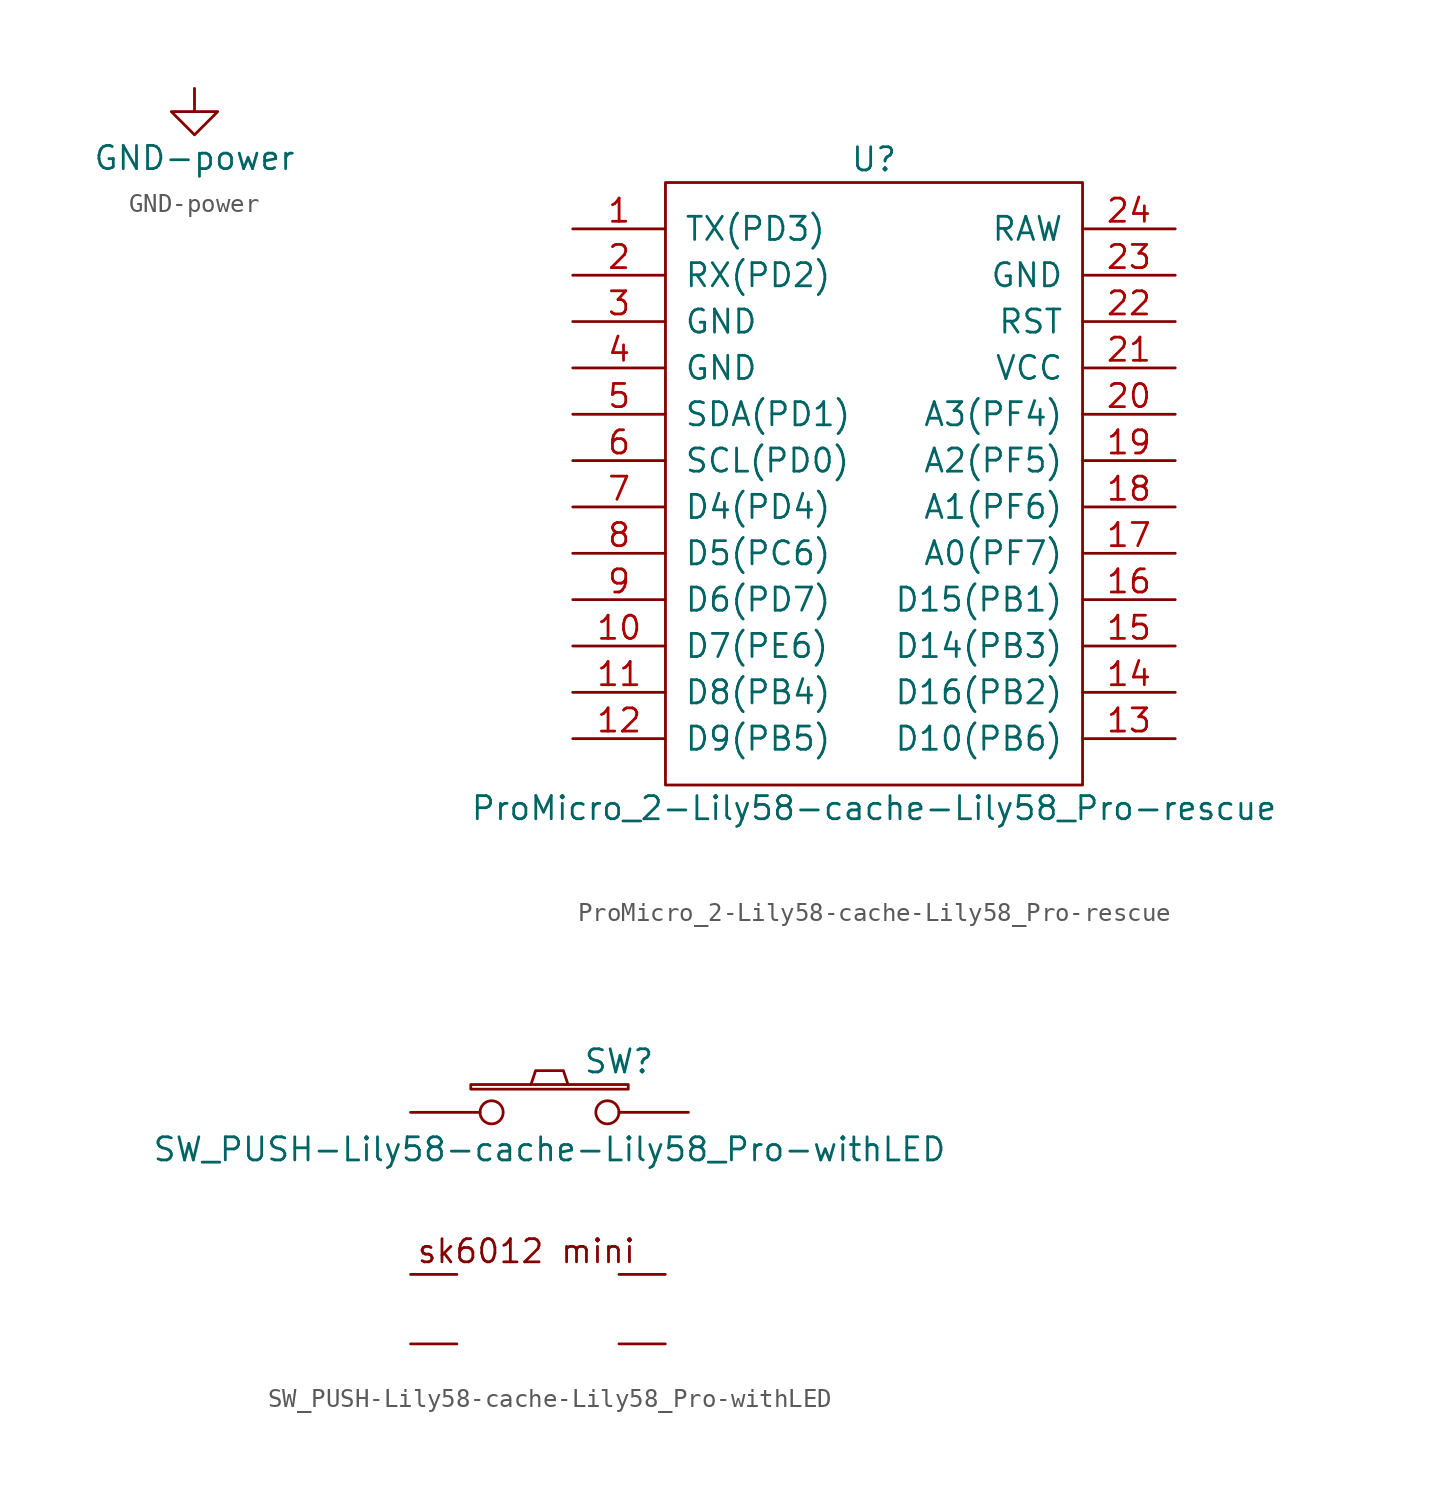
<source format=kicad_sym>
(kicad_symbol_lib
  (version 20241209)
  (generator "kicad_symbol_editor")
  (generator_version "9.0")
  (symbol "GND-power"
    (power)
    (pin_names
      (offset 0))
    (property "Reference" "#PWR"
      (at 0 -6.35 0)
      (effects (font (size 1.27 1.27)) (hide yes)))
    (property "Value" "GND-power"
      (at 0 -3.81 0)
      (effects (font (size 1.27 1.27))))
    (symbol "GND-power_0_1"
      (polyline (pts (xy 0 0) (xy 0 -1.27) (xy 1.27 -1.27) (xy 0 -2.54) (xy -1.27 -1.27) (xy 0 -1.27)) (stroke (width 0) (type solid)) (fill (type none))))
    (symbol "GND-power_1_1"
      (pin power_in line (at 0 0 270) (length 0) (hide yes) (name "GND" (effects (font (size 1.27 1.27)))) (number "1" (effects (font (size 1.27 1.27)))))))
  (symbol "ProMicro_2-Lily58-cache-Lily58_Pro-rescue"
    (pin_names
      (offset 1.016))
    (property "Reference" "U"
      (at 0 17.78 0)
      (effects (font (size 1.27 1.27))))
    (property "Value" "ProMicro_2-Lily58-cache-Lily58_Pro-rescue"
      (at 0 -17.78 0)
      (effects (font (size 1.27 1.27))))
    (symbol "ProMicro_2-Lily58-cache-Lily58_Pro-rescue_0_1"
      (rectangle (start -11.43 16.51) (end 11.43 -16.51) (stroke (width 0) (type solid)) (fill (type none))))
    (symbol "ProMicro_2-Lily58-cache-Lily58_Pro-rescue_1_1"
      (pin bidirectional line (at -16.51 13.97 0) (length 5.08) (name "TX(PD3)" (effects (font (size 1.27 1.27)))) (number "1" (effects (font (size 1.27 1.27)))))
      (pin input line (at -16.51 11.43 0) (length 5.08) (name "RX(PD2)" (effects (font (size 1.27 1.27)))) (number "2" (effects (font (size 1.27 1.27)))))
      (pin input line (at -16.51 8.89 0) (length 5.08) (name "GND" (effects (font (size 1.27 1.27)))) (number "3" (effects (font (size 1.27 1.27)))))
      (pin input line (at -16.51 6.35 0) (length 5.08) (name "GND" (effects (font (size 1.27 1.27)))) (number "4" (effects (font (size 1.27 1.27)))))
      (pin input line (at -16.51 3.81 0) (length 5.08) (name "SDA(PD1)" (effects (font (size 1.27 1.27)))) (number "5" (effects (font (size 1.27 1.27)))))
      (pin input line (at -16.51 1.27 0) (length 5.08) (name "SCL(PD0)" (effects (font (size 1.27 1.27)))) (number "6" (effects (font (size 1.27 1.27)))))
      (pin input line (at -16.51 -1.27 0) (length 5.08) (name "D4(PD4)" (effects (font (size 1.27 1.27)))) (number "7" (effects (font (size 1.27 1.27)))))
      (pin input line (at -16.51 -3.81 0) (length 5.08) (name "D5(PC6)" (effects (font (size 1.27 1.27)))) (number "8" (effects (font (size 1.27 1.27)))))
      (pin input line (at -16.51 -6.35 0) (length 5.08) (name "D6(PD7)" (effects (font (size 1.27 1.27)))) (number "9" (effects (font (size 1.27 1.27)))))
      (pin input line (at -16.51 -8.89 0) (length 5.08) (name "D7(PE6)" (effects (font (size 1.27 1.27)))) (number "10" (effects (font (size 1.27 1.27)))))
      (pin input line (at -16.51 -11.43 0) (length 5.08) (name "D8(PB4)" (effects (font (size 1.27 1.27)))) (number "11" (effects (font (size 1.27 1.27)))))
      (pin input line (at -16.51 -13.97 0) (length 5.08) (name "D9(PB5)" (effects (font (size 1.27 1.27)))) (number "12" (effects (font (size 1.27 1.27)))))
      (pin input line (at 16.51 13.97 180) (length 5.08) (name "RAW" (effects (font (size 1.27 1.27)))) (number "24" (effects (font (size 1.27 1.27)))))
      (pin input line (at 16.51 11.43 180) (length 5.08) (name "GND" (effects (font (size 1.27 1.27)))) (number "23" (effects (font (size 1.27 1.27)))))
      (pin input line (at 16.51 8.89 180) (length 5.08) (name "RST" (effects (font (size 1.27 1.27)))) (number "22" (effects (font (size 1.27 1.27)))))
      (pin input line (at 16.51 6.35 180) (length 5.08) (name "VCC" (effects (font (size 1.27 1.27)))) (number "21" (effects (font (size 1.27 1.27)))))
      (pin input line (at 16.51 3.81 180) (length 5.08) (name "A3(PF4)" (effects (font (size 1.27 1.27)))) (number "20" (effects (font (size 1.27 1.27)))))
      (pin input line (at 16.51 1.27 180) (length 5.08) (name "A2(PF5)" (effects (font (size 1.27 1.27)))) (number "19" (effects (font (size 1.27 1.27)))))
      (pin input line (at 16.51 -1.27 180) (length 5.08) (name "A1(PF6)" (effects (font (size 1.27 1.27)))) (number "18" (effects (font (size 1.27 1.27)))))
      (pin input line (at 16.51 -3.81 180) (length 5.08) (name "A0(PF7)" (effects (font (size 1.27 1.27)))) (number "17" (effects (font (size 1.27 1.27)))))
      (pin input line (at 16.51 -6.35 180) (length 5.08) (name "D15(PB1)" (effects (font (size 1.27 1.27)))) (number "16" (effects (font (size 1.27 1.27)))))
      (pin input line (at 16.51 -8.89 180) (length 5.08) (name "D14(PB3)" (effects (font (size 1.27 1.27)))) (number "15" (effects (font (size 1.27 1.27)))))
      (pin input line (at 16.51 -11.43 180) (length 5.08) (name "D16(PB2)" (effects (font (size 1.27 1.27)))) (number "14" (effects (font (size 1.27 1.27)))))
      (pin input line (at 16.51 -13.97 180) (length 5.08) (name "D10(PB6)" (effects (font (size 1.27 1.27)))) (number "13" (effects (font (size 1.27 1.27)))))))
  (symbol "SW_PUSH-Lily58-cache-Lily58_Pro-withLED"
    (pin_numbers
      (hide yes))
    (pin_names
      (offset 1.016)
      (hide yes))
    (property "Reference" "SW"
      (at 3.81 2.794 0)
      (effects (font (size 1.27 1.27))))
    (property "Value" "SW_PUSH-Lily58-cache-Lily58_Pro-withLED"
      (at 0 -2.032 0)
      (effects (font (size 1.27 1.27))))
    (property "Footprint" ""
      (at 0 0 0)
      (effects (font (size 1.27 1.27))))
    (property "Datasheet" ""
      (at 0 0 0)
      (effects (font (size 1.27 1.27))))
    (symbol "SW_PUSH-Lily58-cache-Lily58_Pro-withLED_0_0"
      (text "sk6012 mini" (at -1.27 -7.62 0) (effects (font (size 1.27 1.27)))))
    (symbol "SW_PUSH-Lily58-cache-Lily58_Pro-withLED_0_1"
      (rectangle (start -4.318 1.27) (end 4.318 1.524) (stroke (width 0) (type solid)) (fill (type none)))
      (polyline (pts (xy -1.016 1.524) (xy -0.762 2.286) (xy 0.762 2.286) (xy 1.016 1.524)) (stroke (width 0) (type solid)) (fill (type none)))
      (pin passive inverted (at -7.62 0 0) (length 5.08) (name "1" (effects (font (size 1.27 1.27)))) (number "1" (effects (font (size 1.27 1.27)))))
      (pin passive inverted (at 7.62 0 180) (length 5.08) (name "2" (effects (font (size 1.27 1.27)))) (number "2" (effects (font (size 1.27 1.27))))))
    (symbol "SW_PUSH-Lily58-cache-Lily58_Pro-withLED_1_1"
      (pin output line (at -7.62 -8.89 0) (length 2.54) (name "DOUT" (effects (font (size 1.27 1.27)))) (number "1B" (effects (font (size 1.27 1.27)))))
      (pin power_in line (at -7.62 -12.7 0) (length 2.54) (name "VSS" (effects (font (size 1.27 1.27)))) (number "2B" (effects (font (size 1.27 1.27)))))
      (pin power_in line (at 6.35 -8.89 180) (length 2.54) (name "VDD" (effects (font (size 1.27 1.27)))) (number "4B" (effects (font (size 1.27 1.27)))))
      (pin input line (at 6.35 -12.7 180) (length 2.54) (name "DIN" (effects (font (size 1.27 1.27)))) (number "3B" (effects (font (size 1.27 1.27))))))))
</source>
